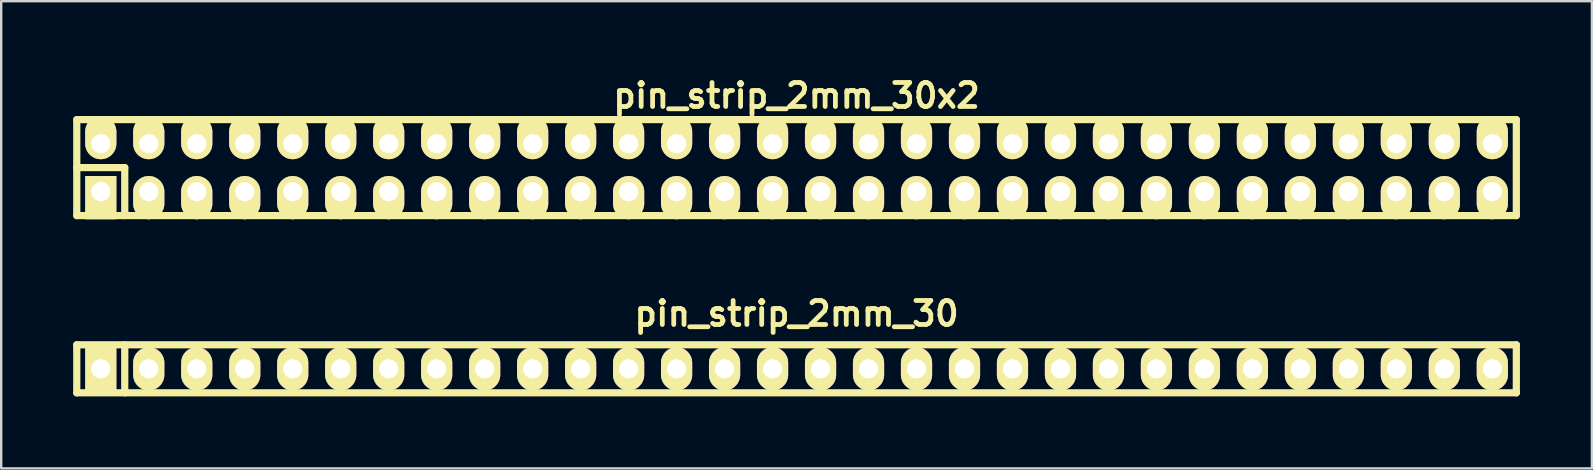
<source format=kicad_pcb>
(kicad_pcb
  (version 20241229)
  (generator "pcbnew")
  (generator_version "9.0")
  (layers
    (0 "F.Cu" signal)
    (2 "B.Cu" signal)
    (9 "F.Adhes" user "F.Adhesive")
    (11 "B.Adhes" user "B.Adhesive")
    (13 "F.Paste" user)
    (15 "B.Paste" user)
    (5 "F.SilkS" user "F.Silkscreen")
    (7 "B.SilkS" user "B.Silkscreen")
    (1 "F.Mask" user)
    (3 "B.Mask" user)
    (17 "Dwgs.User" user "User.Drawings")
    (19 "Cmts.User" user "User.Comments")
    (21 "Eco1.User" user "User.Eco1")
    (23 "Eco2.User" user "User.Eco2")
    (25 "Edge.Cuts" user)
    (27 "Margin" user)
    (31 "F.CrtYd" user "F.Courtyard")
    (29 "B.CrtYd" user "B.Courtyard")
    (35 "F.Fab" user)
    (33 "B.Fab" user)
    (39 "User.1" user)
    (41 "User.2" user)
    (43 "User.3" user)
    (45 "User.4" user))
  (footprint "pin_strip_2mm_30x2"
    (layer "F.Cu")
    (at 30.15 3.936)
    (property "Reference" "pin_strip_2mm_30x2" (at 0 -3 0) (layer "F.SilkS") (effects (font (size 1 1) (thickness 0.2))))
    (attr through_hole)
    (fp_line (start -30 -2) (end 30 -2) (stroke (width 0.3) (type solid)) (layer "F.SilkS"))
    (fp_line (start -30 0) (end -28 0) (stroke (width 0.3) (type solid)) (layer "F.SilkS"))
    (fp_line (start -30 2) (end -30 -2) (stroke (width 0.3) (type solid)) (layer "F.SilkS"))
    (fp_line (start -28 0) (end -28 2) (stroke (width 0.3) (type solid)) (layer "F.SilkS"))
    (fp_line (start 30 -2) (end 30 2) (stroke (width 0.3) (type solid)) (layer "F.SilkS"))
    (fp_line (start 30 2) (end -30 2) (stroke (width 0.3) (type solid)) (layer "F.SilkS"))
    (pad "1" thru_hole rect (at -29 1) (size 1.3 1.8) (drill 0.8 (offset 0 0.25)) (layers "*.Cu" "*.Mask" "F.SilkS"))
    (pad "2" thru_hole oval (at -29 -1) (size 1.3 1.8) (drill 0.8 (offset 0 -0.25)) (layers "*.Cu" "*.Mask" "F.SilkS"))
    (pad "3" thru_hole oval (at -27 1) (size 1.3 1.8) (drill 0.8 (offset 0 0.25)) (layers "*.Cu" "*.Mask" "F.SilkS"))
    (pad "4" thru_hole oval (at -27 -1) (size 1.3 1.8) (drill 0.8 (offset 0 -0.25)) (layers "*.Cu" "*.Mask" "F.SilkS"))
    (pad "5" thru_hole oval (at -25 1) (size 1.3 1.8) (drill 0.8 (offset 0 0.25)) (layers "*.Cu" "*.Mask" "F.SilkS"))
    (pad "6" thru_hole oval (at -25 -1) (size 1.3 1.8) (drill 0.8 (offset 0 -0.25)) (layers "*.Cu" "*.Mask" "F.SilkS"))
    (pad "7" thru_hole oval (at -23 1) (size 1.3 1.8) (drill 0.8 (offset 0 0.25)) (layers "*.Cu" "*.Mask" "F.SilkS"))
    (pad "8" thru_hole oval (at -23 -1) (size 1.3 1.8) (drill 0.8 (offset 0 -0.25)) (layers "*.Cu" "*.Mask" "F.SilkS"))
    (pad "9" thru_hole oval (at -21 1) (size 1.3 1.8) (drill 0.8 (offset 0 0.25)) (layers "*.Cu" "*.Mask" "F.SilkS"))
    (pad "10" thru_hole oval (at -21 -1) (size 1.3 1.8) (drill 0.8 (offset 0 -0.25)) (layers "*.Cu" "*.Mask" "F.SilkS"))
    (pad "11" thru_hole oval (at -19 1) (size 1.3 1.8) (drill 0.8 (offset 0 0.25)) (layers "*.Cu" "*.Mask" "F.SilkS"))
    (pad "12" thru_hole oval (at -19 -1) (size 1.3 1.8) (drill 0.8 (offset 0 -0.25)) (layers "*.Cu" "*.Mask" "F.SilkS"))
    (pad "13" thru_hole oval (at -17 1) (size 1.3 1.8) (drill 0.8 (offset 0 0.25)) (layers "*.Cu" "*.Mask" "F.SilkS"))
    (pad "14" thru_hole oval (at -17 -1) (size 1.3 1.8) (drill 0.8 (offset 0 -0.25)) (layers "*.Cu" "*.Mask" "F.SilkS"))
    (pad "15" thru_hole oval (at -15 1) (size 1.3 1.8) (drill 0.8 (offset 0 0.25)) (layers "*.Cu" "*.Mask" "F.SilkS"))
    (pad "16" thru_hole oval (at -15 -1) (size 1.3 1.8) (drill 0.8 (offset 0 -0.25)) (layers "*.Cu" "*.Mask" "F.SilkS"))
    (pad "17" thru_hole oval (at -13 1) (size 1.3 1.8) (drill 0.8 (offset 0 0.25)) (layers "*.Cu" "*.Mask" "F.SilkS"))
    (pad "18" thru_hole oval (at -13 -1) (size 1.3 1.8) (drill 0.8 (offset 0 -0.25)) (layers "*.Cu" "*.Mask" "F.SilkS"))
    (pad "19" thru_hole oval (at -11 1) (size 1.3 1.8) (drill 0.8 (offset 0 0.25)) (layers "*.Cu" "*.Mask" "F.SilkS"))
    (pad "20" thru_hole oval (at -11 -1) (size 1.3 1.8) (drill 0.8 (offset 0 -0.25)) (layers "*.Cu" "*.Mask" "F.SilkS"))
    (pad "21" thru_hole oval (at -9 1) (size 1.3 1.8) (drill 0.8 (offset 0 0.25)) (layers "*.Cu" "*.Mask" "F.SilkS"))
    (pad "22" thru_hole oval (at -9 -1) (size 1.3 1.8) (drill 0.8 (offset 0 -0.25)) (layers "*.Cu" "*.Mask" "F.SilkS"))
    (pad "23" thru_hole oval (at -7 1) (size 1.3 1.8) (drill 0.8 (offset 0 0.25)) (layers "*.Cu" "*.Mask" "F.SilkS"))
    (pad "24" thru_hole oval (at -7 -1) (size 1.3 1.8) (drill 0.8 (offset 0 -0.25)) (layers "*.Cu" "*.Mask" "F.SilkS"))
    (pad "25" thru_hole oval (at -5 1) (size 1.3 1.8) (drill 0.8 (offset 0 0.25)) (layers "*.Cu" "*.Mask" "F.SilkS"))
    (pad "26" thru_hole oval (at -5 -1) (size 1.3 1.8) (drill 0.8 (offset 0 -0.25)) (layers "*.Cu" "*.Mask" "F.SilkS"))
    (pad "27" thru_hole oval (at -3 1) (size 1.3 1.8) (drill 0.8 (offset 0 0.25)) (layers "*.Cu" "*.Mask" "F.SilkS"))
    (pad "28" thru_hole oval (at -3 -1) (size 1.3 1.8) (drill 0.8 (offset 0 -0.25)) (layers "*.Cu" "*.Mask" "F.SilkS"))
    (pad "29" thru_hole oval (at -1 1) (size 1.3 1.8) (drill 0.8 (offset 0 0.25)) (layers "*.Cu" "*.Mask" "F.SilkS"))
    (pad "30" thru_hole oval (at -1 -1) (size 1.3 1.8) (drill 0.8 (offset 0 -0.25)) (layers "*.Cu" "*.Mask" "F.SilkS"))
    (pad "31" thru_hole oval (at 1 1) (size 1.3 1.8) (drill 0.8 (offset 0 0.25)) (layers "*.Cu" "*.Mask" "F.SilkS"))
    (pad "32" thru_hole oval (at 1 -1) (size 1.3 1.8) (drill 0.8 (offset 0 -0.25)) (layers "*.Cu" "*.Mask" "F.SilkS"))
    (pad "33" thru_hole oval (at 3 1) (size 1.3 1.8) (drill 0.8 (offset 0 0.25)) (layers "*.Cu" "*.Mask" "F.SilkS"))
    (pad "34" thru_hole oval (at 3 -1) (size 1.3 1.8) (drill 0.8 (offset 0 -0.25)) (layers "*.Cu" "*.Mask" "F.SilkS"))
    (pad "35" thru_hole oval (at 5 1) (size 1.3 1.8) (drill 0.8 (offset 0 0.25)) (layers "*.Cu" "*.Mask" "F.SilkS"))
    (pad "36" thru_hole oval (at 5 -1) (size 1.3 1.8) (drill 0.8 (offset 0 -0.25)) (layers "*.Cu" "*.Mask" "F.SilkS"))
    (pad "37" thru_hole oval (at 7 1) (size 1.3 1.8) (drill 0.8 (offset 0 0.25)) (layers "*.Cu" "*.Mask" "F.SilkS"))
    (pad "38" thru_hole oval (at 7 -1) (size 1.3 1.8) (drill 0.8 (offset 0 -0.25)) (layers "*.Cu" "*.Mask" "F.SilkS"))
    (pad "39" thru_hole oval (at 9 1) (size 1.3 1.8) (drill 0.8 (offset 0 0.25)) (layers "*.Cu" "*.Mask" "F.SilkS"))
    (pad "40" thru_hole oval (at 9 -1) (size 1.3 1.8) (drill 0.8 (offset 0 -0.25)) (layers "*.Cu" "*.Mask" "F.SilkS"))
    (pad "41" thru_hole oval (at 11 1) (size 1.3 1.8) (drill 0.8 (offset 0 0.25)) (layers "*.Cu" "*.Mask" "F.SilkS"))
    (pad "42" thru_hole oval (at 11 -1) (size 1.3 1.8) (drill 0.8 (offset 0 -0.25)) (layers "*.Cu" "*.Mask" "F.SilkS"))
    (pad "43" thru_hole oval (at 13 1) (size 1.3 1.8) (drill 0.8 (offset 0 0.25)) (layers "*.Cu" "*.Mask" "F.SilkS"))
    (pad "44" thru_hole oval (at 13 -1) (size 1.3 1.8) (drill 0.8 (offset 0 -0.25)) (layers "*.Cu" "*.Mask" "F.SilkS"))
    (pad "45" thru_hole oval (at 15 1) (size 1.3 1.8) (drill 0.8 (offset 0 0.25)) (layers "*.Cu" "*.Mask" "F.SilkS"))
    (pad "46" thru_hole oval (at 15 -1) (size 1.3 1.8) (drill 0.8 (offset 0 -0.25)) (layers "*.Cu" "*.Mask" "F.SilkS"))
    (pad "47" thru_hole oval (at 17 1) (size 1.3 1.8) (drill 0.8 (offset 0 0.25)) (layers "*.Cu" "*.Mask" "F.SilkS"))
    (pad "48" thru_hole oval (at 17 -1) (size 1.3 1.8) (drill 0.8 (offset 0 -0.25)) (layers "*.Cu" "*.Mask" "F.SilkS"))
    (pad "49" thru_hole oval (at 19 1) (size 1.3 1.8) (drill 0.8 (offset 0 0.25)) (layers "*.Cu" "*.Mask" "F.SilkS"))
    (pad "50" thru_hole oval (at 19 -1) (size 1.3 1.8) (drill 0.8 (offset 0 -0.25)) (layers "*.Cu" "*.Mask" "F.SilkS"))
    (pad "51" thru_hole oval (at 21 1) (size 1.3 1.8) (drill 0.8 (offset 0 0.25)) (layers "*.Cu" "*.Mask" "F.SilkS"))
    (pad "52" thru_hole oval (at 21 -1) (size 1.3 1.8) (drill 0.8 (offset 0 -0.25)) (layers "*.Cu" "*.Mask" "F.SilkS"))
    (pad "53" thru_hole oval (at 23 1) (size 1.3 1.8) (drill 0.8 (offset 0 0.25)) (layers "*.Cu" "*.Mask" "F.SilkS"))
    (pad "54" thru_hole oval (at 23 -1) (size 1.3 1.8) (drill 0.8 (offset 0 -0.25)) (layers "*.Cu" "*.Mask" "F.SilkS"))
    (pad "55" thru_hole oval (at 25 1) (size 1.3 1.8) (drill 0.8 (offset 0 0.25)) (layers "*.Cu" "*.Mask" "F.SilkS"))
    (pad "56" thru_hole oval (at 25 -1) (size 1.3 1.8) (drill 0.8 (offset 0 -0.25)) (layers "*.Cu" "*.Mask" "F.SilkS"))
    (pad "57" thru_hole oval (at 27 1) (size 1.3 1.8) (drill 0.8 (offset 0 0.25)) (layers "*.Cu" "*.Mask" "F.SilkS"))
    (pad "58" thru_hole oval (at 27 -1) (size 1.3 1.8) (drill 0.8 (offset 0 -0.25)) (layers "*.Cu" "*.Mask" "F.SilkS"))
    (pad "59" thru_hole oval (at 29 1) (size 1.3 1.8) (drill 0.8 (offset 0 0.25)) (layers "*.Cu" "*.Mask" "F.SilkS"))
    (pad "60" thru_hole oval (at 29 -1) (size 1.3 1.8) (drill 0.8 (offset 0 -0.25)) (layers "*.Cu" "*.Mask" "F.SilkS")))
  (footprint "pin_strip_2mm_30"
    (layer "F.Cu")
    (at 30.15 12.322)
    (property "Reference" "pin_strip_2mm_30" (at 0 -2.3 0) (layer "F.SilkS") (effects (font (size 1 1) (thickness 0.2))))
    (attr through_hole)
    (fp_line (start -30 -1) (end 30 -1) (stroke (width 0.3) (type solid)) (layer "F.SilkS"))
    (fp_line (start -30 1) (end -30 -1) (stroke (width 0.3) (type solid)) (layer "F.SilkS"))
    (fp_line (start -28 -1) (end -28 1) (stroke (width 0.3) (type solid)) (layer "F.SilkS"))
    (fp_line (start 30 -1) (end 30 1) (stroke (width 0.3) (type solid)) (layer "F.SilkS"))
    (fp_line (start 30 1) (end -30 1) (stroke (width 0.3) (type solid)) (layer "F.SilkS"))
    (pad "1" thru_hole rect (at -29 0) (size 1.3 1.8) (drill 0.8) (layers "*.Cu" "*.Mask" "F.SilkS"))
    (pad "2" thru_hole oval (at -27 0) (size 1.3 1.8) (drill 0.8) (layers "*.Cu" "*.Mask" "F.SilkS"))
    (pad "3" thru_hole oval (at -25 0) (size 1.3 1.8) (drill 0.8) (layers "*.Cu" "*.Mask" "F.SilkS"))
    (pad "4" thru_hole oval (at -23 0) (size 1.3 1.8) (drill 0.8) (layers "*.Cu" "*.Mask" "F.SilkS"))
    (pad "5" thru_hole oval (at -21 0) (size 1.3 1.8) (drill 0.8) (layers "*.Cu" "*.Mask" "F.SilkS"))
    (pad "6" thru_hole oval (at -19 0) (size 1.3 1.8) (drill 0.8) (layers "*.Cu" "*.Mask" "F.SilkS"))
    (pad "7" thru_hole oval (at -17 0) (size 1.3 1.8) (drill 0.8) (layers "*.Cu" "*.Mask" "F.SilkS"))
    (pad "8" thru_hole oval (at -15 0) (size 1.3 1.8) (drill 0.8) (layers "*.Cu" "*.Mask" "F.SilkS"))
    (pad "9" thru_hole oval (at -13 0) (size 1.3 1.8) (drill 0.8) (layers "*.Cu" "*.Mask" "F.SilkS"))
    (pad "10" thru_hole oval (at -11 0) (size 1.3 1.8) (drill 0.8) (layers "*.Cu" "*.Mask" "F.SilkS"))
    (pad "11" thru_hole oval (at -9 0) (size 1.3 1.8) (drill 0.8) (layers "*.Cu" "*.Mask" "F.SilkS"))
    (pad "12" thru_hole oval (at -7 0) (size 1.3 1.8) (drill 0.8) (layers "*.Cu" "*.Mask" "F.SilkS"))
    (pad "13" thru_hole oval (at -5 0) (size 1.3 1.8) (drill 0.8) (layers "*.Cu" "*.Mask" "F.SilkS"))
    (pad "14" thru_hole oval (at -3 0) (size 1.3 1.8) (drill 0.8) (layers "*.Cu" "*.Mask" "F.SilkS"))
    (pad "15" thru_hole oval (at -1 0) (size 1.3 1.8) (drill 0.8) (layers "*.Cu" "*.Mask" "F.SilkS"))
    (pad "16" thru_hole oval (at 1 0) (size 1.3 1.8) (drill 0.8) (layers "*.Cu" "*.Mask" "F.SilkS"))
    (pad "17" thru_hole oval (at 3 0) (size 1.3 1.8) (drill 0.8) (layers "*.Cu" "*.Mask" "F.SilkS"))
    (pad "18" thru_hole oval (at 5 0) (size 1.3 1.8) (drill 0.8) (layers "*.Cu" "*.Mask" "F.SilkS"))
    (pad "19" thru_hole oval (at 7 0) (size 1.3 1.8) (drill 0.8) (layers "*.Cu" "*.Mask" "F.SilkS"))
    (pad "20" thru_hole oval (at 9 0) (size 1.3 1.8) (drill 0.8) (layers "*.Cu" "*.Mask" "F.SilkS"))
    (pad "21" thru_hole oval (at 11 0) (size 1.3 1.8) (drill 0.8) (layers "*.Cu" "*.Mask" "F.SilkS"))
    (pad "22" thru_hole oval (at 13 0) (size 1.3 1.8) (drill 0.8) (layers "*.Cu" "*.Mask" "F.SilkS"))
    (pad "23" thru_hole oval (at 15 0) (size 1.3 1.8) (drill 0.8) (layers "*.Cu" "*.Mask" "F.SilkS"))
    (pad "24" thru_hole oval (at 17 0) (size 1.3 1.8) (drill 0.8) (layers "*.Cu" "*.Mask" "F.SilkS"))
    (pad "25" thru_hole oval (at 19 0) (size 1.3 1.8) (drill 0.8) (layers "*.Cu" "*.Mask" "F.SilkS"))
    (pad "26" thru_hole oval (at 21 0) (size 1.3 1.8) (drill 0.8) (layers "*.Cu" "*.Mask" "F.SilkS"))
    (pad "27" thru_hole oval (at 23 0) (size 1.3 1.8) (drill 0.8) (layers "*.Cu" "*.Mask" "F.SilkS"))
    (pad "28" thru_hole oval (at 25 0) (size 1.3 1.8) (drill 0.8) (layers "*.Cu" "*.Mask" "F.SilkS"))
    (pad "29" thru_hole oval (at 27 0) (size 1.3 1.8) (drill 0.8) (layers "*.Cu" "*.Mask" "F.SilkS"))
    (pad "30" thru_hole oval (at 29 0) (size 1.3 1.8) (drill 0.8) (layers "*.Cu" "*.Mask" "F.SilkS")))
  (gr_rect
    (start -3 -3)
    (end 63.3 16.472)
    (stroke (width 0.1) (type default))
    (fill no)
    (layer "Edge.Cuts")))
</source>
